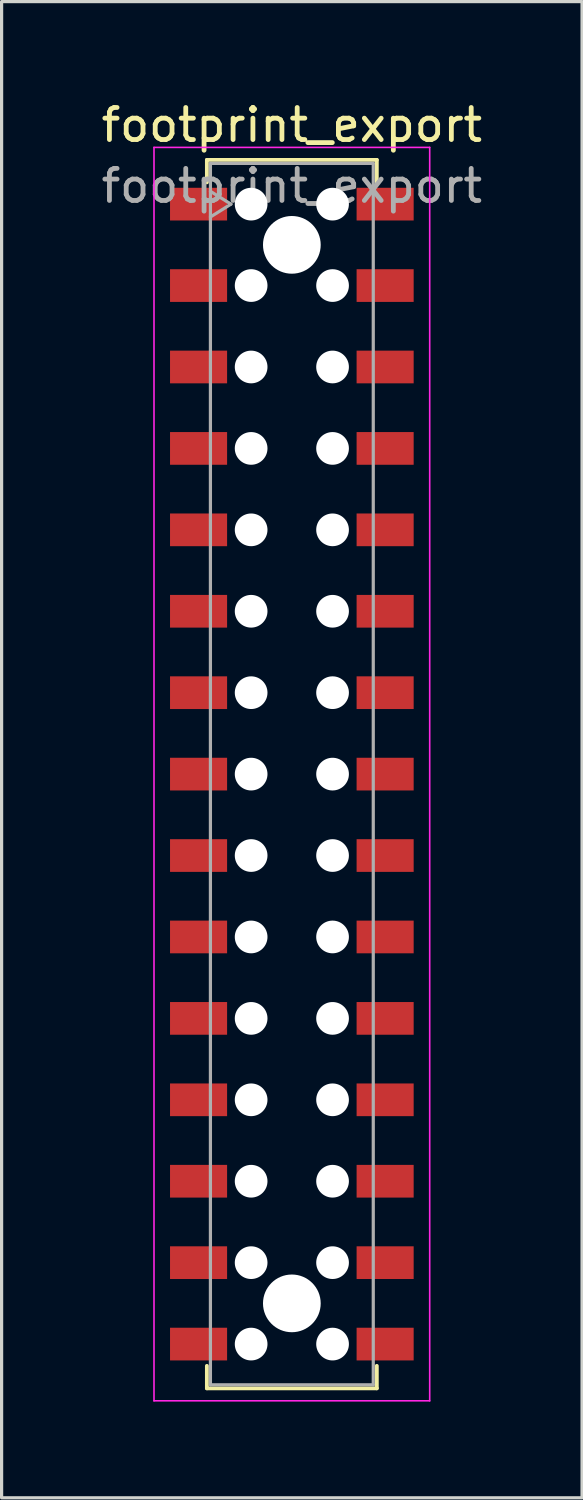
<source format=kicad_pcb>
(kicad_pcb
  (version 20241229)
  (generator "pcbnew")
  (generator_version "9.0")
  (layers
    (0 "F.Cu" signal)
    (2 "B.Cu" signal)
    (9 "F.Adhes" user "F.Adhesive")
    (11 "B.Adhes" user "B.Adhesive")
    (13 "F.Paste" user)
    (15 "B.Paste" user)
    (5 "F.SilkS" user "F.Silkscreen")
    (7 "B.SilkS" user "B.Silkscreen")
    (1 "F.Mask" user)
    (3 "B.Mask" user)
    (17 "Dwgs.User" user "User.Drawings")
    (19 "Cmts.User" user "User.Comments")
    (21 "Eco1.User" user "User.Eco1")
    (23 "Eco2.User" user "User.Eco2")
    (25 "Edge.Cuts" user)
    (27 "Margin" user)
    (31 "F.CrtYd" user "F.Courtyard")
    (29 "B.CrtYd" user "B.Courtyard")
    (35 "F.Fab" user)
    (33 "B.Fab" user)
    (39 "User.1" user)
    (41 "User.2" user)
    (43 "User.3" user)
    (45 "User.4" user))
  (footprint "footprint_export"
    (layer "F.Cu")
    (at 6.054 21.098)
    (property "Reference" "footprint_export" (at 0 -20.25 0) (layer "F.SilkS") (effects (font (size 1 1) (thickness 0.15))))
    (attr smd)
    (fp_line (start -2.65 -19.16) (end 2.65 -19.16) (stroke (width 0.12) (type solid)) (layer "F.SilkS"))
    (fp_line (start -2.65 -18.46) (end -2.65 -19.16) (stroke (width 0.12) (type solid)) (layer "F.SilkS"))
    (fp_line (start -2.65 18.46) (end -2.65 19.16) (stroke (width 0.12) (type solid)) (layer "F.SilkS"))
    (fp_line (start -2.65 19.16) (end 2.65 19.16) (stroke (width 0.12) (type solid)) (layer "F.SilkS"))
    (fp_line (start 2.65 -19.16) (end 2.65 -18.46) (stroke (width 0.12) (type solid)) (layer "F.SilkS"))
    (fp_line (start 2.65 19.16) (end 2.65 18.46) (stroke (width 0.12) (type solid)) (layer "F.SilkS"))
    (fp_line (start -4.3 -19.55) (end 4.3 -19.55) (stroke (width 0.05) (type solid)) (layer "F.CrtYd"))
    (fp_line (start -4.3 19.55) (end -4.3 -19.55) (stroke (width 0.05) (type solid)) (layer "F.CrtYd"))
    (fp_line (start 4.3 -19.55) (end 4.3 19.55) (stroke (width 0.05) (type solid)) (layer "F.CrtYd"))
    (fp_line (start 4.3 19.55) (end -4.3 19.55) (stroke (width 0.05) (type solid)) (layer "F.CrtYd"))
    (fp_line (start -2.54 -19.05) (end 2.54 -19.05) (stroke (width 0.1) (type solid)) (layer "F.Fab"))
    (fp_line (start -2.54 -18.18) (end -1.9 -17.78) (stroke (width 0.1) (type solid)) (layer "F.Fab"))
    (fp_line (start -2.54 19.05) (end -2.54 -19.05) (stroke (width 0.1) (type solid)) (layer "F.Fab"))
    (fp_line (start -1.9 -17.78) (end -2.54 -17.38) (stroke (width 0.1) (type solid)) (layer "F.Fab"))
    (fp_line (start 2.54 -19.05) (end 2.54 19.05) (stroke (width 0.1) (type solid)) (layer "F.Fab"))
    (fp_line (start 2.54 19.05) (end -2.54 19.05) (stroke (width 0.1) (type solid)) (layer "F.Fab"))
    (fp_text user "${REFERENCE}" (at 0 -18.35 0) (layer "F.Fab") (effects (font (size 1 1) (thickness 0.15))))
    (pad "" np_thru_hole circle (at -1.27 -17.78) (size 1.02 1.02) (drill 1.02) (layers "*.Cu" "*.Mask"))
    (pad "" np_thru_hole circle (at -1.27 -15.24) (size 1.02 1.02) (drill 1.02) (layers "*.Cu" "*.Mask"))
    (pad "" np_thru_hole circle (at -1.27 -12.7) (size 1.02 1.02) (drill 1.02) (layers "*.Cu" "*.Mask"))
    (pad "" np_thru_hole circle (at -1.27 -10.16) (size 1.02 1.02) (drill 1.02) (layers "*.Cu" "*.Mask"))
    (pad "" np_thru_hole circle (at -1.27 -7.62) (size 1.02 1.02) (drill 1.02) (layers "*.Cu" "*.Mask"))
    (pad "" np_thru_hole circle (at -1.27 -5.08) (size 1.02 1.02) (drill 1.02) (layers "*.Cu" "*.Mask"))
    (pad "" np_thru_hole circle (at -1.27 -2.54) (size 1.02 1.02) (drill 1.02) (layers "*.Cu" "*.Mask"))
    (pad "" np_thru_hole circle (at -1.27 0) (size 1.02 1.02) (drill 1.02) (layers "*.Cu" "*.Mask"))
    (pad "" np_thru_hole circle (at -1.27 2.54) (size 1.02 1.02) (drill 1.02) (layers "*.Cu" "*.Mask"))
    (pad "" np_thru_hole circle (at -1.27 5.08) (size 1.02 1.02) (drill 1.02) (layers "*.Cu" "*.Mask"))
    (pad "" np_thru_hole circle (at -1.27 7.62) (size 1.02 1.02) (drill 1.02) (layers "*.Cu" "*.Mask"))
    (pad "" np_thru_hole circle (at -1.27 10.16) (size 1.02 1.02) (drill 1.02) (layers "*.Cu" "*.Mask"))
    (pad "" np_thru_hole circle (at -1.27 12.7) (size 1.02 1.02) (drill 1.02) (layers "*.Cu" "*.Mask"))
    (pad "" np_thru_hole circle (at -1.27 15.24) (size 1.02 1.02) (drill 1.02) (layers "*.Cu" "*.Mask"))
    (pad "" np_thru_hole circle (at -1.27 17.78) (size 1.02 1.02) (drill 1.02) (layers "*.Cu" "*.Mask"))
    (pad "" np_thru_hole circle (at 0 -16.51) (size 1.8 1.8) (drill 1.8) (layers "*.Cu" "*.Mask"))
    (pad "" np_thru_hole circle (at 0 16.51) (size 1.8 1.8) (drill 1.8) (layers "*.Cu" "*.Mask"))
    (pad "" np_thru_hole circle (at 1.27 -17.78) (size 1.02 1.02) (drill 1.02) (layers "*.Cu" "*.Mask"))
    (pad "" np_thru_hole circle (at 1.27 -15.24) (size 1.02 1.02) (drill 1.02) (layers "*.Cu" "*.Mask"))
    (pad "" np_thru_hole circle (at 1.27 -12.7) (size 1.02 1.02) (drill 1.02) (layers "*.Cu" "*.Mask"))
    (pad "" np_thru_hole circle (at 1.27 -10.16) (size 1.02 1.02) (drill 1.02) (layers "*.Cu" "*.Mask"))
    (pad "" np_thru_hole circle (at 1.27 -7.62) (size 1.02 1.02) (drill 1.02) (layers "*.Cu" "*.Mask"))
    (pad "" np_thru_hole circle (at 1.27 -5.08) (size 1.02 1.02) (drill 1.02) (layers "*.Cu" "*.Mask"))
    (pad "" np_thru_hole circle (at 1.27 -2.54) (size 1.02 1.02) (drill 1.02) (layers "*.Cu" "*.Mask"))
    (pad "" np_thru_hole circle (at 1.27 0) (size 1.02 1.02) (drill 1.02) (layers "*.Cu" "*.Mask"))
    (pad "" np_thru_hole circle (at 1.27 2.54) (size 1.02 1.02) (drill 1.02) (layers "*.Cu" "*.Mask"))
    (pad "" np_thru_hole circle (at 1.27 5.08) (size 1.02 1.02) (drill 1.02) (layers "*.Cu" "*.Mask"))
    (pad "" np_thru_hole circle (at 1.27 7.62) (size 1.02 1.02) (drill 1.02) (layers "*.Cu" "*.Mask"))
    (pad "" np_thru_hole circle (at 1.27 10.16) (size 1.02 1.02) (drill 1.02) (layers "*.Cu" "*.Mask"))
    (pad "" np_thru_hole circle (at 1.27 12.7) (size 1.02 1.02) (drill 1.02) (layers "*.Cu" "*.Mask"))
    (pad "" np_thru_hole circle (at 1.27 15.24) (size 1.02 1.02) (drill 1.02) (layers "*.Cu" "*.Mask"))
    (pad "" np_thru_hole circle (at 1.27 17.78) (size 1.02 1.02) (drill 1.02) (layers "*.Cu" "*.Mask"))
    (pad "1" smd rect (at -2.91 -17.78) (size 1.78 1.02) (layers "F.Cu" "F.Mask" "F.Paste"))
    (pad "2" smd rect (at -2.91 -15.24) (size 1.78 1.02) (layers "F.Cu" "F.Mask" "F.Paste"))
    (pad "3" smd rect (at -2.91 -12.7) (size 1.78 1.02) (layers "F.Cu" "F.Mask" "F.Paste"))
    (pad "4" smd rect (at -2.91 -10.16) (size 1.78 1.02) (layers "F.Cu" "F.Mask" "F.Paste"))
    (pad "5" smd rect (at -2.91 -7.62) (size 1.78 1.02) (layers "F.Cu" "F.Mask" "F.Paste"))
    (pad "6" smd rect (at -2.91 -5.08) (size 1.78 1.02) (layers "F.Cu" "F.Mask" "F.Paste"))
    (pad "7" smd rect (at -2.91 -2.54) (size 1.78 1.02) (layers "F.Cu" "F.Mask" "F.Paste"))
    (pad "8" smd rect (at -2.91 0) (size 1.78 1.02) (layers "F.Cu" "F.Mask" "F.Paste"))
    (pad "9" smd rect (at -2.91 2.54) (size 1.78 1.02) (layers "F.Cu" "F.Mask" "F.Paste"))
    (pad "10" smd rect (at -2.91 5.08) (size 1.78 1.02) (layers "F.Cu" "F.Mask" "F.Paste"))
    (pad "11" smd rect (at -2.91 7.62) (size 1.78 1.02) (layers "F.Cu" "F.Mask" "F.Paste"))
    (pad "12" smd rect (at -2.91 10.16) (size 1.78 1.02) (layers "F.Cu" "F.Mask" "F.Paste"))
    (pad "13" smd rect (at -2.91 12.7) (size 1.78 1.02) (layers "F.Cu" "F.Mask" "F.Paste"))
    (pad "14" smd rect (at -2.91 15.24) (size 1.78 1.02) (layers "F.Cu" "F.Mask" "F.Paste"))
    (pad "15" smd rect (at -2.91 17.78) (size 1.78 1.02) (layers "F.Cu" "F.Mask" "F.Paste"))
    (pad "16" smd rect (at 2.91 -17.78) (size 1.78 1.02) (layers "F.Cu" "F.Mask" "F.Paste"))
    (pad "17" smd rect (at 2.91 -15.24) (size 1.78 1.02) (layers "F.Cu" "F.Mask" "F.Paste"))
    (pad "18" smd rect (at 2.91 -12.7) (size 1.78 1.02) (layers "F.Cu" "F.Mask" "F.Paste"))
    (pad "19" smd rect (at 2.91 -10.16) (size 1.78 1.02) (layers "F.Cu" "F.Mask" "F.Paste"))
    (pad "20" smd rect (at 2.91 -7.62) (size 1.78 1.02) (layers "F.Cu" "F.Mask" "F.Paste"))
    (pad "21" smd rect (at 2.91 -5.08) (size 1.78 1.02) (layers "F.Cu" "F.Mask" "F.Paste"))
    (pad "22" smd rect (at 2.91 -2.54) (size 1.78 1.02) (layers "F.Cu" "F.Mask" "F.Paste"))
    (pad "23" smd rect (at 2.91 0) (size 1.78 1.02) (layers "F.Cu" "F.Mask" "F.Paste"))
    (pad "24" smd rect (at 2.91 2.54) (size 1.78 1.02) (layers "F.Cu" "F.Mask" "F.Paste"))
    (pad "25" smd rect (at 2.91 5.08) (size 1.78 1.02) (layers "F.Cu" "F.Mask" "F.Paste"))
    (pad "26" smd rect (at 2.91 7.62) (size 1.78 1.02) (layers "F.Cu" "F.Mask" "F.Paste"))
    (pad "27" smd rect (at 2.91 10.16) (size 1.78 1.02) (layers "F.Cu" "F.Mask" "F.Paste"))
    (pad "28" smd rect (at 2.91 12.7) (size 1.78 1.02) (layers "F.Cu" "F.Mask" "F.Paste"))
    (pad "29" smd rect (at 2.91 15.24) (size 1.78 1.02) (layers "F.Cu" "F.Mask" "F.Paste"))
    (pad "30" smd rect (at 2.91 17.78) (size 1.78 1.02) (layers "F.Cu" "F.Mask" "F.Paste")))
  (gr_rect
    (start -3 -3)
    (end 15.107 43.673)
    (stroke (width 0.1) (type default))
    (fill no)
    (layer "Edge.Cuts")))
</source>
